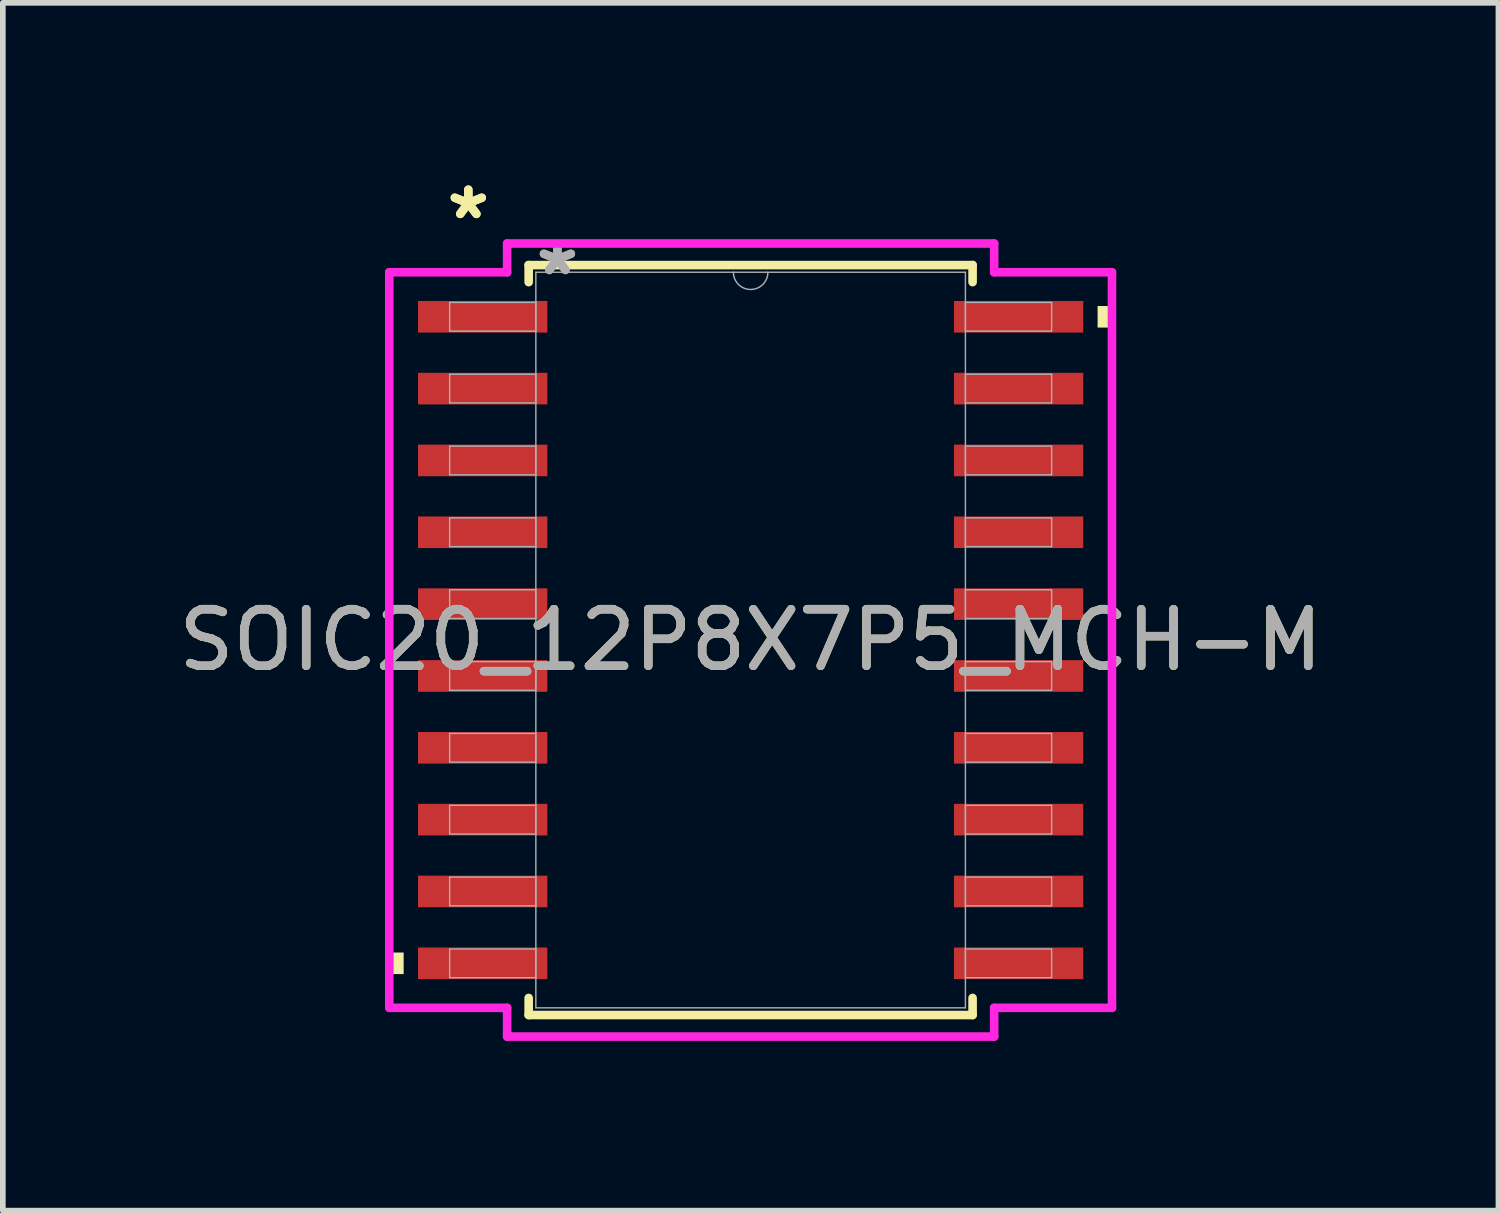
<source format=kicad_pcb>
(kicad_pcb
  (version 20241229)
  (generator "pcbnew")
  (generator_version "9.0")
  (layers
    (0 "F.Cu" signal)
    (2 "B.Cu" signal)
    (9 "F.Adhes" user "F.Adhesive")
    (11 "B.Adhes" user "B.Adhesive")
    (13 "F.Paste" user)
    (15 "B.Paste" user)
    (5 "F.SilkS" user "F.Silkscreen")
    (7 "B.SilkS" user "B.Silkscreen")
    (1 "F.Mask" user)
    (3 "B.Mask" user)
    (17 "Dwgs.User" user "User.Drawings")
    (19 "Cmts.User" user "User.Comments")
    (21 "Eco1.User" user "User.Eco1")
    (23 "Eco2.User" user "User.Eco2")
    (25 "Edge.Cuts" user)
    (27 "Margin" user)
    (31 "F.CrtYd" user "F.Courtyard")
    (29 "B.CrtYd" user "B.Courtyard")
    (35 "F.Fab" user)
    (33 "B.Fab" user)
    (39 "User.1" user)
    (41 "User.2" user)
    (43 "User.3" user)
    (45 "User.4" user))
  (footprint "SOIC20_12P8X7P5_MCH-M"
    (layer "F.Cu")
    (at 10.22 8.265)
    (property "Reference" "SOIC20_12P8X7P5_MCH-M" (at 0 0 0) (unlocked yes) (layer "F.SilkS") (effects (font (size 1 1) (thickness 0.15))))
    (attr smd)
    (fp_line (start -3.924 -6.629) (end -3.924 -6.327) (stroke (width 0.152) (type solid)) (layer "F.SilkS"))
    (fp_line (start -3.924 6.327) (end -3.924 6.629) (stroke (width 0.152) (type solid)) (layer "F.SilkS"))
    (fp_line (start -3.924 6.629) (end 3.924 6.629) (stroke (width 0.152) (type solid)) (layer "F.SilkS"))
    (fp_line (start 3.924 -6.629) (end -3.924 -6.629) (stroke (width 0.152) (type solid)) (layer "F.SilkS"))
    (fp_line (start 3.924 -6.327) (end 3.924 -6.629) (stroke (width 0.152) (type solid)) (layer "F.SilkS"))
    (fp_line (start 3.924 6.629) (end 3.924 6.327) (stroke (width 0.152) (type solid)) (layer "F.SilkS"))
    (fp_poly (pts (xy -6.388 5.524) (xy -6.388 5.905) (xy -6.134 5.905) (xy -6.134 5.524)) (stroke (width 0) (type solid)) (fill yes) (layer "F.SilkS"))
    (fp_poly (pts (xy 6.388 -5.905) (xy 6.388 -5.524) (xy 6.134 -5.524) (xy 6.134 -5.905)) (stroke (width 0) (type solid)) (fill yes) (layer "F.SilkS"))
    (fp_line (start -6.388 -6.502) (end -4.305 -6.502) (stroke (width 0.152) (type solid)) (layer "F.CrtYd"))
    (fp_line (start -6.388 6.502) (end -6.388 -6.502) (stroke (width 0.152) (type solid)) (layer "F.CrtYd"))
    (fp_line (start -6.388 6.502) (end -4.305 6.502) (stroke (width 0.152) (type solid)) (layer "F.CrtYd"))
    (fp_line (start -4.305 -7.01) (end 4.305 -7.01) (stroke (width 0.152) (type solid)) (layer "F.CrtYd"))
    (fp_line (start -4.305 -6.502) (end -4.305 -7.01) (stroke (width 0.152) (type solid)) (layer "F.CrtYd"))
    (fp_line (start -4.305 7.01) (end -4.305 6.502) (stroke (width 0.152) (type solid)) (layer "F.CrtYd"))
    (fp_line (start 4.305 -7.01) (end 4.305 -6.502) (stroke (width 0.152) (type solid)) (layer "F.CrtYd"))
    (fp_line (start 4.305 6.502) (end 4.305 7.01) (stroke (width 0.152) (type solid)) (layer "F.CrtYd"))
    (fp_line (start 4.305 7.01) (end -4.305 7.01) (stroke (width 0.152) (type solid)) (layer "F.CrtYd"))
    (fp_line (start 6.388 -6.502) (end 4.305 -6.502) (stroke (width 0.152) (type solid)) (layer "F.CrtYd"))
    (fp_line (start 6.388 -6.502) (end 6.388 6.502) (stroke (width 0.152) (type solid)) (layer "F.CrtYd"))
    (fp_line (start 6.388 6.502) (end 4.305 6.502) (stroke (width 0.152) (type solid)) (layer "F.CrtYd"))
    (fp_line (start -5.321 -5.969) (end -5.321 -5.461) (stroke (width 0.025) (type solid)) (layer "F.Fab"))
    (fp_line (start -5.321 -5.461) (end -3.797 -5.461) (stroke (width 0.025) (type solid)) (layer "F.Fab"))
    (fp_line (start -5.321 -4.699) (end -5.321 -4.191) (stroke (width 0.025) (type solid)) (layer "F.Fab"))
    (fp_line (start -5.321 -4.191) (end -3.797 -4.191) (stroke (width 0.025) (type solid)) (layer "F.Fab"))
    (fp_line (start -5.321 -3.429) (end -5.321 -2.921) (stroke (width 0.025) (type solid)) (layer "F.Fab"))
    (fp_line (start -5.321 -2.921) (end -3.797 -2.921) (stroke (width 0.025) (type solid)) (layer "F.Fab"))
    (fp_line (start -5.321 -2.159) (end -5.321 -1.651) (stroke (width 0.025) (type solid)) (layer "F.Fab"))
    (fp_line (start -5.321 -1.651) (end -3.797 -1.651) (stroke (width 0.025) (type solid)) (layer "F.Fab"))
    (fp_line (start -5.321 -0.889) (end -5.321 -0.381) (stroke (width 0.025) (type solid)) (layer "F.Fab"))
    (fp_line (start -5.321 -0.381) (end -3.797 -0.381) (stroke (width 0.025) (type solid)) (layer "F.Fab"))
    (fp_line (start -5.321 0.381) (end -5.321 0.889) (stroke (width 0.025) (type solid)) (layer "F.Fab"))
    (fp_line (start -5.321 0.889) (end -3.797 0.889) (stroke (width 0.025) (type solid)) (layer "F.Fab"))
    (fp_line (start -5.321 1.651) (end -5.321 2.159) (stroke (width 0.025) (type solid)) (layer "F.Fab"))
    (fp_line (start -5.321 2.159) (end -3.797 2.159) (stroke (width 0.025) (type solid)) (layer "F.Fab"))
    (fp_line (start -5.321 2.921) (end -5.321 3.429) (stroke (width 0.025) (type solid)) (layer "F.Fab"))
    (fp_line (start -5.321 3.429) (end -3.797 3.429) (stroke (width 0.025) (type solid)) (layer "F.Fab"))
    (fp_line (start -5.321 4.191) (end -5.321 4.699) (stroke (width 0.025) (type solid)) (layer "F.Fab"))
    (fp_line (start -5.321 4.699) (end -3.797 4.699) (stroke (width 0.025) (type solid)) (layer "F.Fab"))
    (fp_line (start -5.321 5.461) (end -5.321 5.969) (stroke (width 0.025) (type solid)) (layer "F.Fab"))
    (fp_line (start -5.321 5.969) (end -3.797 5.969) (stroke (width 0.025) (type solid)) (layer "F.Fab"))
    (fp_line (start -3.797 -6.502) (end -3.797 6.502) (stroke (width 0.025) (type solid)) (layer "F.Fab"))
    (fp_line (start -3.797 -5.969) (end -5.321 -5.969) (stroke (width 0.025) (type solid)) (layer "F.Fab"))
    (fp_line (start -3.797 -5.461) (end -3.797 -5.969) (stroke (width 0.025) (type solid)) (layer "F.Fab"))
    (fp_line (start -3.797 -4.699) (end -5.321 -4.699) (stroke (width 0.025) (type solid)) (layer "F.Fab"))
    (fp_line (start -3.797 -4.191) (end -3.797 -4.699) (stroke (width 0.025) (type solid)) (layer "F.Fab"))
    (fp_line (start -3.797 -3.429) (end -5.321 -3.429) (stroke (width 0.025) (type solid)) (layer "F.Fab"))
    (fp_line (start -3.797 -2.921) (end -3.797 -3.429) (stroke (width 0.025) (type solid)) (layer "F.Fab"))
    (fp_line (start -3.797 -2.159) (end -5.321 -2.159) (stroke (width 0.025) (type solid)) (layer "F.Fab"))
    (fp_line (start -3.797 -1.651) (end -3.797 -2.159) (stroke (width 0.025) (type solid)) (layer "F.Fab"))
    (fp_line (start -3.797 -0.889) (end -5.321 -0.889) (stroke (width 0.025) (type solid)) (layer "F.Fab"))
    (fp_line (start -3.797 -0.381) (end -3.797 -0.889) (stroke (width 0.025) (type solid)) (layer "F.Fab"))
    (fp_line (start -3.797 0.381) (end -5.321 0.381) (stroke (width 0.025) (type solid)) (layer "F.Fab"))
    (fp_line (start -3.797 0.889) (end -3.797 0.381) (stroke (width 0.025) (type solid)) (layer "F.Fab"))
    (fp_line (start -3.797 1.651) (end -5.321 1.651) (stroke (width 0.025) (type solid)) (layer "F.Fab"))
    (fp_line (start -3.797 2.159) (end -3.797 1.651) (stroke (width 0.025) (type solid)) (layer "F.Fab"))
    (fp_line (start -3.797 2.921) (end -5.321 2.921) (stroke (width 0.025) (type solid)) (layer "F.Fab"))
    (fp_line (start -3.797 3.429) (end -3.797 2.921) (stroke (width 0.025) (type solid)) (layer "F.Fab"))
    (fp_line (start -3.797 4.191) (end -5.321 4.191) (stroke (width 0.025) (type solid)) (layer "F.Fab"))
    (fp_line (start -3.797 4.699) (end -3.797 4.191) (stroke (width 0.025) (type solid)) (layer "F.Fab"))
    (fp_line (start -3.797 5.461) (end -5.321 5.461) (stroke (width 0.025) (type solid)) (layer "F.Fab"))
    (fp_line (start -3.797 5.969) (end -3.797 5.461) (stroke (width 0.025) (type solid)) (layer "F.Fab"))
    (fp_line (start -3.797 6.502) (end 3.797 6.502) (stroke (width 0.025) (type solid)) (layer "F.Fab"))
    (fp_line (start 3.797 -6.502) (end -3.797 -6.502) (stroke (width 0.025) (type solid)) (layer "F.Fab"))
    (fp_line (start 3.797 -5.969) (end 3.797 -5.461) (stroke (width 0.025) (type solid)) (layer "F.Fab"))
    (fp_line (start 3.797 -5.461) (end 5.321 -5.461) (stroke (width 0.025) (type solid)) (layer "F.Fab"))
    (fp_line (start 3.797 -4.699) (end 3.797 -4.191) (stroke (width 0.025) (type solid)) (layer "F.Fab"))
    (fp_line (start 3.797 -4.191) (end 5.321 -4.191) (stroke (width 0.025) (type solid)) (layer "F.Fab"))
    (fp_line (start 3.797 -3.429) (end 3.797 -2.921) (stroke (width 0.025) (type solid)) (layer "F.Fab"))
    (fp_line (start 3.797 -2.921) (end 5.321 -2.921) (stroke (width 0.025) (type solid)) (layer "F.Fab"))
    (fp_line (start 3.797 -2.159) (end 3.797 -1.651) (stroke (width 0.025) (type solid)) (layer "F.Fab"))
    (fp_line (start 3.797 -1.651) (end 5.321 -1.651) (stroke (width 0.025) (type solid)) (layer "F.Fab"))
    (fp_line (start 3.797 -0.889) (end 3.797 -0.381) (stroke (width 0.025) (type solid)) (layer "F.Fab"))
    (fp_line (start 3.797 -0.381) (end 5.321 -0.381) (stroke (width 0.025) (type solid)) (layer "F.Fab"))
    (fp_line (start 3.797 0.381) (end 3.797 0.889) (stroke (width 0.025) (type solid)) (layer "F.Fab"))
    (fp_line (start 3.797 0.889) (end 5.321 0.889) (stroke (width 0.025) (type solid)) (layer "F.Fab"))
    (fp_line (start 3.797 1.651) (end 3.797 2.159) (stroke (width 0.025) (type solid)) (layer "F.Fab"))
    (fp_line (start 3.797 2.159) (end 5.321 2.159) (stroke (width 0.025) (type solid)) (layer "F.Fab"))
    (fp_line (start 3.797 2.921) (end 3.797 3.429) (stroke (width 0.025) (type solid)) (layer "F.Fab"))
    (fp_line (start 3.797 3.429) (end 5.321 3.429) (stroke (width 0.025) (type solid)) (layer "F.Fab"))
    (fp_line (start 3.797 4.191) (end 3.797 4.699) (stroke (width 0.025) (type solid)) (layer "F.Fab"))
    (fp_line (start 3.797 4.699) (end 5.321 4.699) (stroke (width 0.025) (type solid)) (layer "F.Fab"))
    (fp_line (start 3.797 5.461) (end 3.797 5.969) (stroke (width 0.025) (type solid)) (layer "F.Fab"))
    (fp_line (start 3.797 5.969) (end 5.321 5.969) (stroke (width 0.025) (type solid)) (layer "F.Fab"))
    (fp_line (start 3.797 6.502) (end 3.797 -6.502) (stroke (width 0.025) (type solid)) (layer "F.Fab"))
    (fp_line (start 5.321 -5.969) (end 3.797 -5.969) (stroke (width 0.025) (type solid)) (layer "F.Fab"))
    (fp_line (start 5.321 -5.461) (end 5.321 -5.969) (stroke (width 0.025) (type solid)) (layer "F.Fab"))
    (fp_line (start 5.321 -4.699) (end 3.797 -4.699) (stroke (width 0.025) (type solid)) (layer "F.Fab"))
    (fp_line (start 5.321 -4.191) (end 5.321 -4.699) (stroke (width 0.025) (type solid)) (layer "F.Fab"))
    (fp_line (start 5.321 -3.429) (end 3.797 -3.429) (stroke (width 0.025) (type solid)) (layer "F.Fab"))
    (fp_line (start 5.321 -2.921) (end 5.321 -3.429) (stroke (width 0.025) (type solid)) (layer "F.Fab"))
    (fp_line (start 5.321 -2.159) (end 3.797 -2.159) (stroke (width 0.025) (type solid)) (layer "F.Fab"))
    (fp_line (start 5.321 -1.651) (end 5.321 -2.159) (stroke (width 0.025) (type solid)) (layer "F.Fab"))
    (fp_line (start 5.321 -0.889) (end 3.797 -0.889) (stroke (width 0.025) (type solid)) (layer "F.Fab"))
    (fp_line (start 5.321 -0.381) (end 5.321 -0.889) (stroke (width 0.025) (type solid)) (layer "F.Fab"))
    (fp_line (start 5.321 0.381) (end 3.797 0.381) (stroke (width 0.025) (type solid)) (layer "F.Fab"))
    (fp_line (start 5.321 0.889) (end 5.321 0.381) (stroke (width 0.025) (type solid)) (layer "F.Fab"))
    (fp_line (start 5.321 1.651) (end 3.797 1.651) (stroke (width 0.025) (type solid)) (layer "F.Fab"))
    (fp_line (start 5.321 2.159) (end 5.321 1.651) (stroke (width 0.025) (type solid)) (layer "F.Fab"))
    (fp_line (start 5.321 2.921) (end 3.797 2.921) (stroke (width 0.025) (type solid)) (layer "F.Fab"))
    (fp_line (start 5.321 3.429) (end 5.321 2.921) (stroke (width 0.025) (type solid)) (layer "F.Fab"))
    (fp_line (start 5.321 4.191) (end 3.797 4.191) (stroke (width 0.025) (type solid)) (layer "F.Fab"))
    (fp_line (start 5.321 4.699) (end 5.321 4.191) (stroke (width 0.025) (type solid)) (layer "F.Fab"))
    (fp_line (start 5.321 5.461) (end 3.797 5.461) (stroke (width 0.025) (type solid)) (layer "F.Fab"))
    (fp_line (start 5.321 5.969) (end 5.321 5.461) (stroke (width 0.025) (type solid)) (layer "F.Fab"))
    (fp_arc (start 0.3048 -6.5024) (mid 0 -6.1976) (end -0.3048 -6.5024) (stroke (width 0.0254) (type solid)) (layer "F.Fab"))
    (fp_text user "*" (at -4.991 -7.417 0) (unlocked yes) (layer "F.SilkS") (effects (font (size 1 1) (thickness 0.15))))
    (fp_text user "*" (at -4.991 -7.417 0) (layer "F.SilkS") (effects (font (size 1 1) (thickness 0.15))))
    (fp_text user "*" (at -3.416 -6.426 0) (layer "F.Fab") (effects (font (size 1 1) (thickness 0.15))))
    (fp_text user "*" (at -3.416 -6.426 0) (unlocked yes) (layer "F.Fab") (effects (font (size 1 1) (thickness 0.15))))
    (fp_text user "${REFERENCE}" (at 0 0 0) (unlocked yes) (layer "F.Fab") (effects (font (size 1 1) (thickness 0.15))))
    (pad "1" smd rect (at -4.737 -5.715) (size 2.286 0.559) (layers "F.Cu" "F.Mask" "F.Paste"))
    (pad "2" smd rect (at -4.737 -4.445) (size 2.286 0.559) (layers "F.Cu" "F.Mask" "F.Paste"))
    (pad "3" smd rect (at -4.737 -3.175) (size 2.286 0.559) (layers "F.Cu" "F.Mask" "F.Paste"))
    (pad "4" smd rect (at -4.737 -1.905) (size 2.286 0.559) (layers "F.Cu" "F.Mask" "F.Paste"))
    (pad "5" smd rect (at -4.737 -0.635) (size 2.286 0.559) (layers "F.Cu" "F.Mask" "F.Paste"))
    (pad "6" smd rect (at -4.737 0.635) (size 2.286 0.559) (layers "F.Cu" "F.Mask" "F.Paste"))
    (pad "7" smd rect (at -4.737 1.905) (size 2.286 0.559) (layers "F.Cu" "F.Mask" "F.Paste"))
    (pad "8" smd rect (at -4.737 3.175) (size 2.286 0.559) (layers "F.Cu" "F.Mask" "F.Paste"))
    (pad "9" smd rect (at -4.737 4.445) (size 2.286 0.559) (layers "F.Cu" "F.Mask" "F.Paste"))
    (pad "10" smd rect (at -4.737 5.715) (size 2.286 0.559) (layers "F.Cu" "F.Mask" "F.Paste"))
    (pad "11" smd rect (at 4.737 5.715) (size 2.286 0.559) (layers "F.Cu" "F.Mask" "F.Paste"))
    (pad "12" smd rect (at 4.737 4.445) (size 2.286 0.559) (layers "F.Cu" "F.Mask" "F.Paste"))
    (pad "13" smd rect (at 4.737 3.175) (size 2.286 0.559) (layers "F.Cu" "F.Mask" "F.Paste"))
    (pad "14" smd rect (at 4.737 1.905) (size 2.286 0.559) (layers "F.Cu" "F.Mask" "F.Paste"))
    (pad "15" smd rect (at 4.737 0.635) (size 2.286 0.559) (layers "F.Cu" "F.Mask" "F.Paste"))
    (pad "16" smd rect (at 4.737 -0.635) (size 2.286 0.559) (layers "F.Cu" "F.Mask" "F.Paste"))
    (pad "17" smd rect (at 4.737 -1.905) (size 2.286 0.559) (layers "F.Cu" "F.Mask" "F.Paste"))
    (pad "18" smd rect (at 4.737 -3.175) (size 2.286 0.559) (layers "F.Cu" "F.Mask" "F.Paste"))
    (pad "19" smd rect (at 4.737 -4.445) (size 2.286 0.559) (layers "F.Cu" "F.Mask" "F.Paste"))
    (pad "20" smd rect (at 4.737 -5.715) (size 2.286 0.559) (layers "F.Cu" "F.Mask" "F.Paste")))
  (gr_rect
    (start -3 -3)
    (end 23.44 18.352)
    (stroke (width 0.1) (type default))
    (fill no)
    (layer "Edge.Cuts")))
</source>
